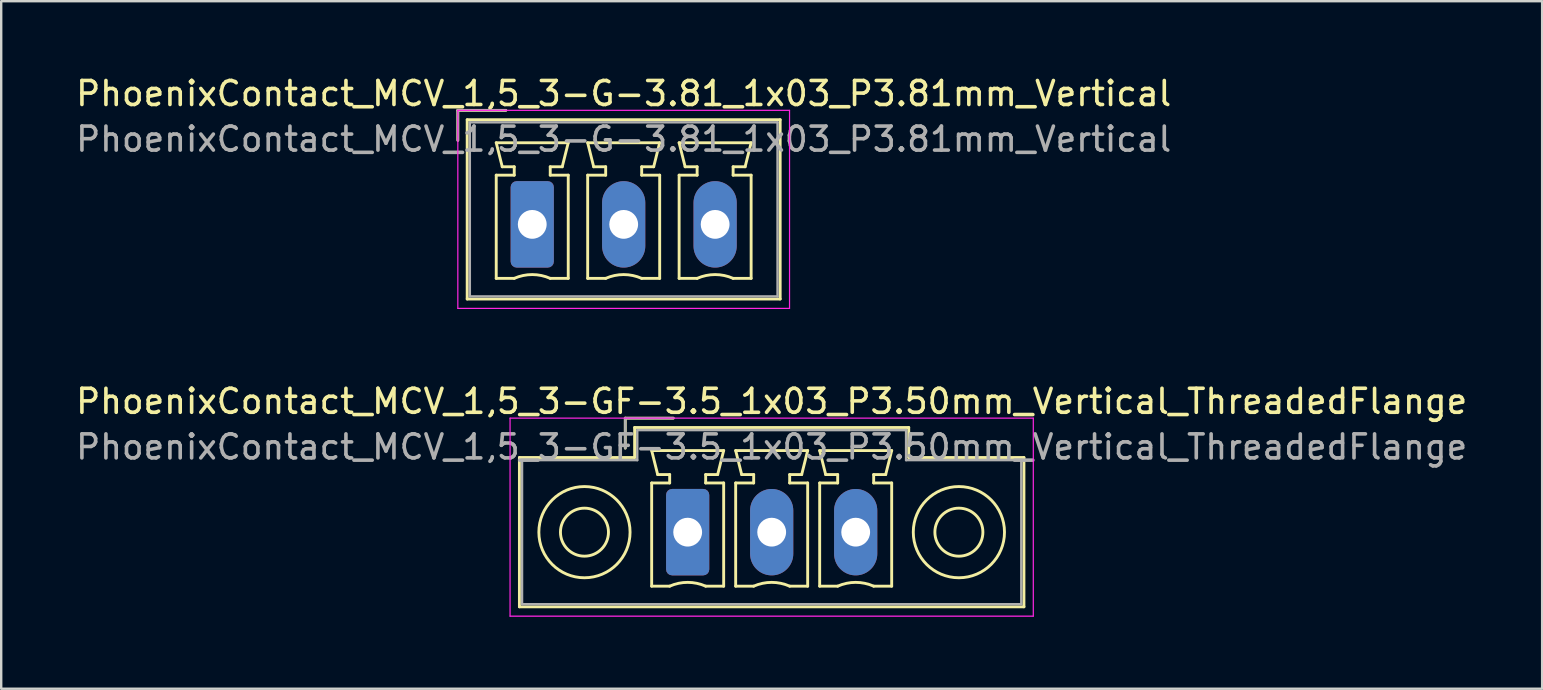
<source format=kicad_pcb>
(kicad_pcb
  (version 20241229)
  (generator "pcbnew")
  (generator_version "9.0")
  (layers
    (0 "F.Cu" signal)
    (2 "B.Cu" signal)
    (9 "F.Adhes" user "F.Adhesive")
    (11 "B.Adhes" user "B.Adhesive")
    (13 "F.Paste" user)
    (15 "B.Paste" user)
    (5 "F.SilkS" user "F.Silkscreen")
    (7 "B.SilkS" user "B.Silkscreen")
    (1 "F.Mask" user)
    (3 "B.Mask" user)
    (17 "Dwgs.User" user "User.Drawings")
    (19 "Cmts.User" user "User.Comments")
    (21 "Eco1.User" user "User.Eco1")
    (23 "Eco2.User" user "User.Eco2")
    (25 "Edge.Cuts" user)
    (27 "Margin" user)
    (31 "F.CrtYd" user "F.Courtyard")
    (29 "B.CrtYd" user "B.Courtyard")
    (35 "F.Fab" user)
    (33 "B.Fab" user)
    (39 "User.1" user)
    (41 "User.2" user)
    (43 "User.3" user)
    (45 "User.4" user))
  (footprint "PhoenixContact_MCV_1,5_3-GF-3.5_1x03_P3.50mm_Vertical_ThreadedFlange"
    (layer "F.Cu")
    (at 25.601 19.122)
    (property "Reference" "PhoenixContact_MCV_1,5_3-GF-3.5_1x03_P3.50mm_Vertical_ThreadedFlange" (at 3.5 -5.45 0) (layer "F.SilkS") (effects (font (size 1 1) (thickness 0.15))))
    (attr through_hole)
    (fp_line (start -7.01 -3.11) (end -7.01 3.11) (stroke (width 0.12) (type solid)) (layer "F.SilkS"))
    (fp_line (start -7.01 3.11) (end 14.01 3.11) (stroke (width 0.12) (type solid)) (layer "F.SilkS"))
    (fp_line (start -2.6 -4.75) (end -0.6 -4.75) (stroke (width 0.12) (type solid)) (layer "F.SilkS"))
    (fp_line (start -2.6 -3.5) (end -2.6 -4.75) (stroke (width 0.12) (type solid)) (layer "F.SilkS"))
    (fp_line (start -2.21 -4.36) (end -2.21 -3.11) (stroke (width 0.12) (type solid)) (layer "F.SilkS"))
    (fp_line (start -2.21 -3.11) (end -7.01 -3.11) (stroke (width 0.12) (type solid)) (layer "F.SilkS"))
    (fp_line (start -1.5 -3.4) (end 1.5 -3.4) (stroke (width 0.12) (type solid)) (layer "F.SilkS"))
    (fp_line (start -1.5 -2.05) (end -0.75 -2.05) (stroke (width 0.12) (type solid)) (layer "F.SilkS"))
    (fp_line (start -1.5 2.25) (end -1.5 -2.05) (stroke (width 0.12) (type solid)) (layer "F.SilkS"))
    (fp_line (start -1.25 -2.4) (end -1.5 -3.4) (stroke (width 0.12) (type solid)) (layer "F.SilkS"))
    (fp_line (start -0.75 -2.4) (end -1.25 -2.4) (stroke (width 0.12) (type solid)) (layer "F.SilkS"))
    (fp_line (start -0.75 -2.05) (end -0.75 -2.4) (stroke (width 0.12) (type solid)) (layer "F.SilkS"))
    (fp_line (start -0.75 2.25) (end -1.5 2.25) (stroke (width 0.12) (type solid)) (layer "F.SilkS"))
    (fp_line (start 0.75 -2.4) (end 0.75 -2.05) (stroke (width 0.12) (type solid)) (layer "F.SilkS"))
    (fp_line (start 0.75 -2.05) (end 1.5 -2.05) (stroke (width 0.12) (type solid)) (layer "F.SilkS"))
    (fp_line (start 1.25 -2.4) (end 0.75 -2.4) (stroke (width 0.12) (type solid)) (layer "F.SilkS"))
    (fp_line (start 1.5 -3.4) (end 1.25 -2.4) (stroke (width 0.12) (type solid)) (layer "F.SilkS"))
    (fp_line (start 1.5 -2.05) (end 1.5 2.25) (stroke (width 0.12) (type solid)) (layer "F.SilkS"))
    (fp_line (start 1.5 2.25) (end 0.75 2.25) (stroke (width 0.12) (type solid)) (layer "F.SilkS"))
    (fp_line (start 2 -3.4) (end 5 -3.4) (stroke (width 0.12) (type solid)) (layer "F.SilkS"))
    (fp_line (start 2 -2.05) (end 2.75 -2.05) (stroke (width 0.12) (type solid)) (layer "F.SilkS"))
    (fp_line (start 2 2.25) (end 2 -2.05) (stroke (width 0.12) (type solid)) (layer "F.SilkS"))
    (fp_line (start 2.25 -2.4) (end 2 -3.4) (stroke (width 0.12) (type solid)) (layer "F.SilkS"))
    (fp_line (start 2.75 -2.4) (end 2.25 -2.4) (stroke (width 0.12) (type solid)) (layer "F.SilkS"))
    (fp_line (start 2.75 -2.05) (end 2.75 -2.4) (stroke (width 0.12) (type solid)) (layer "F.SilkS"))
    (fp_line (start 2.75 2.25) (end 2 2.25) (stroke (width 0.12) (type solid)) (layer "F.SilkS"))
    (fp_line (start 4.25 -2.4) (end 4.25 -2.05) (stroke (width 0.12) (type solid)) (layer "F.SilkS"))
    (fp_line (start 4.25 -2.05) (end 5 -2.05) (stroke (width 0.12) (type solid)) (layer "F.SilkS"))
    (fp_line (start 4.75 -2.4) (end 4.25 -2.4) (stroke (width 0.12) (type solid)) (layer "F.SilkS"))
    (fp_line (start 5 -3.4) (end 4.75 -2.4) (stroke (width 0.12) (type solid)) (layer "F.SilkS"))
    (fp_line (start 5 -2.05) (end 5 2.25) (stroke (width 0.12) (type solid)) (layer "F.SilkS"))
    (fp_line (start 5 2.25) (end 4.25 2.25) (stroke (width 0.12) (type solid)) (layer "F.SilkS"))
    (fp_line (start 5.5 -3.4) (end 8.5 -3.4) (stroke (width 0.12) (type solid)) (layer "F.SilkS"))
    (fp_line (start 5.5 -2.05) (end 6.25 -2.05) (stroke (width 0.12) (type solid)) (layer "F.SilkS"))
    (fp_line (start 5.5 2.25) (end 5.5 -2.05) (stroke (width 0.12) (type solid)) (layer "F.SilkS"))
    (fp_line (start 5.75 -2.4) (end 5.5 -3.4) (stroke (width 0.12) (type solid)) (layer "F.SilkS"))
    (fp_line (start 6.25 -2.4) (end 5.75 -2.4) (stroke (width 0.12) (type solid)) (layer "F.SilkS"))
    (fp_line (start 6.25 -2.05) (end 6.25 -2.4) (stroke (width 0.12) (type solid)) (layer "F.SilkS"))
    (fp_line (start 6.25 2.25) (end 5.5 2.25) (stroke (width 0.12) (type solid)) (layer "F.SilkS"))
    (fp_line (start 7.75 -2.4) (end 7.75 -2.05) (stroke (width 0.12) (type solid)) (layer "F.SilkS"))
    (fp_line (start 7.75 -2.05) (end 8.5 -2.05) (stroke (width 0.12) (type solid)) (layer "F.SilkS"))
    (fp_line (start 8.25 -2.4) (end 7.75 -2.4) (stroke (width 0.12) (type solid)) (layer "F.SilkS"))
    (fp_line (start 8.5 -3.4) (end 8.25 -2.4) (stroke (width 0.12) (type solid)) (layer "F.SilkS"))
    (fp_line (start 8.5 -2.05) (end 8.5 2.25) (stroke (width 0.12) (type solid)) (layer "F.SilkS"))
    (fp_line (start 8.5 2.25) (end 7.75 2.25) (stroke (width 0.12) (type solid)) (layer "F.SilkS"))
    (fp_line (start 9.21 -4.36) (end -2.21 -4.36) (stroke (width 0.12) (type solid)) (layer "F.SilkS"))
    (fp_line (start 9.21 -3.11) (end 9.21 -4.36) (stroke (width 0.12) (type solid)) (layer "F.SilkS"))
    (fp_line (start 14.01 -3.11) (end 9.21 -3.11) (stroke (width 0.12) (type solid)) (layer "F.SilkS"))
    (fp_line (start 14.01 3.11) (end 14.01 -3.11) (stroke (width 0.12) (type solid)) (layer "F.SilkS"))
    (fp_arc (start -0.75 2.25) (mid -0.000193 2.09191) (end 0.749647 2.249844) (stroke (width 0.12) (type solid)) (layer "F.SilkS"))
    (fp_arc (start 2.75 2.25) (mid 3.499807 2.09191) (end 4.249647 2.249844) (stroke (width 0.12) (type solid)) (layer "F.SilkS"))
    (fp_arc (start 6.25 2.25) (mid 6.999807 2.09191) (end 7.749647 2.249844) (stroke (width 0.12) (type solid)) (layer "F.SilkS"))
    (fp_circle (center -4.3 0) (end -3.3 0) (stroke (width 0.12) (type solid)) (fill no) (layer "F.SilkS"))
    (fp_circle (center -4.3 0) (end -2.4 0) (stroke (width 0.12) (type solid)) (fill no) (layer "F.SilkS"))
    (fp_circle (center 11.3 0) (end 12.3 0) (stroke (width 0.12) (type solid)) (fill no) (layer "F.SilkS"))
    (fp_circle (center 11.3 0) (end 13.2 0) (stroke (width 0.12) (type solid)) (fill no) (layer "F.SilkS"))
    (fp_line (start -7.4 -4.75) (end -7.4 3.5) (stroke (width 0.05) (type solid)) (layer "F.CrtYd"))
    (fp_line (start -7.4 3.5) (end 14.4 3.5) (stroke (width 0.05) (type solid)) (layer "F.CrtYd"))
    (fp_line (start 14.4 -4.75) (end -7.4 -4.75) (stroke (width 0.05) (type solid)) (layer "F.CrtYd"))
    (fp_line (start 14.4 3.5) (end 14.4 -4.75) (stroke (width 0.05) (type solid)) (layer "F.CrtYd"))
    (fp_line (start -6.9 -3) (end -6.9 3) (stroke (width 0.1) (type solid)) (layer "F.Fab"))
    (fp_line (start -6.9 3) (end 13.9 3) (stroke (width 0.1) (type solid)) (layer "F.Fab"))
    (fp_line (start -2.6 -4.75) (end -0.6 -4.75) (stroke (width 0.1) (type solid)) (layer "F.Fab"))
    (fp_line (start -2.6 -3.5) (end -2.6 -4.75) (stroke (width 0.1) (type solid)) (layer "F.Fab"))
    (fp_line (start -2.1 -4.25) (end -2.1 -3) (stroke (width 0.1) (type solid)) (layer "F.Fab"))
    (fp_line (start -2.1 -3) (end -6.9 -3) (stroke (width 0.1) (type solid)) (layer "F.Fab"))
    (fp_line (start 9.1 -4.25) (end -2.1 -4.25) (stroke (width 0.1) (type solid)) (layer "F.Fab"))
    (fp_line (start 9.1 -3) (end 9.1 -4.25) (stroke (width 0.1) (type solid)) (layer "F.Fab"))
    (fp_line (start 13.9 -3) (end 9.1 -3) (stroke (width 0.1) (type solid)) (layer "F.Fab"))
    (fp_line (start 13.9 3) (end 13.9 -3) (stroke (width 0.1) (type solid)) (layer "F.Fab"))
    (fp_text user "${REFERENCE}" (at 3.5 -3.55 0) (layer "F.Fab") (effects (font (size 1 1) (thickness 0.15))))
    (pad "1" thru_hole roundrect (at 0 0) (size 1.8 3.6) (drill 1.2) (layers "*.Cu" "*.Mask") (roundrect_rratio 0.139))
    (pad "2" thru_hole oval (at 3.5 0) (size 1.8 3.6) (drill 1.2) (layers "*.Cu" "*.Mask"))
    (pad "3" thru_hole oval (at 7 0) (size 1.8 3.6) (drill 1.2) (layers "*.Cu" "*.Mask")))
  (footprint "PhoenixContact_MCV_1,5_3-G-3.81_1x03_P3.81mm_Vertical"
    (layer "F.Cu")
    (at 19.125 6.298)
    (property "Reference" "PhoenixContact_MCV_1,5_3-G-3.81_1x03_P3.81mm_Vertical" (at 3.81 -5.45 0) (layer "F.SilkS") (effects (font (size 1 1) (thickness 0.15))))
    (attr through_hole)
    (fp_line (start -3.1 -4.75) (end -1.1 -4.75) (stroke (width 0.12) (type solid)) (layer "F.SilkS"))
    (fp_line (start -3.1 -3.5) (end -3.1 -4.75) (stroke (width 0.12) (type solid)) (layer "F.SilkS"))
    (fp_line (start -2.71 -4.36) (end -2.71 3.11) (stroke (width 0.12) (type solid)) (layer "F.SilkS"))
    (fp_line (start -2.71 3.11) (end 10.33 3.11) (stroke (width 0.12) (type solid)) (layer "F.SilkS"))
    (fp_line (start -1.5 -3.4) (end 1.5 -3.4) (stroke (width 0.12) (type solid)) (layer "F.SilkS"))
    (fp_line (start -1.5 -2.05) (end -0.75 -2.05) (stroke (width 0.12) (type solid)) (layer "F.SilkS"))
    (fp_line (start -1.5 2.25) (end -1.5 -2.05) (stroke (width 0.12) (type solid)) (layer "F.SilkS"))
    (fp_line (start -1.25 -2.4) (end -1.5 -3.4) (stroke (width 0.12) (type solid)) (layer "F.SilkS"))
    (fp_line (start -0.75 -2.4) (end -1.25 -2.4) (stroke (width 0.12) (type solid)) (layer "F.SilkS"))
    (fp_line (start -0.75 -2.05) (end -0.75 -2.4) (stroke (width 0.12) (type solid)) (layer "F.SilkS"))
    (fp_line (start -0.75 2.25) (end -1.5 2.25) (stroke (width 0.12) (type solid)) (layer "F.SilkS"))
    (fp_line (start 0.75 -2.4) (end 0.75 -2.05) (stroke (width 0.12) (type solid)) (layer "F.SilkS"))
    (fp_line (start 0.75 -2.05) (end 1.5 -2.05) (stroke (width 0.12) (type solid)) (layer "F.SilkS"))
    (fp_line (start 1.25 -2.4) (end 0.75 -2.4) (stroke (width 0.12) (type solid)) (layer "F.SilkS"))
    (fp_line (start 1.5 -3.4) (end 1.25 -2.4) (stroke (width 0.12) (type solid)) (layer "F.SilkS"))
    (fp_line (start 1.5 -2.05) (end 1.5 2.25) (stroke (width 0.12) (type solid)) (layer "F.SilkS"))
    (fp_line (start 1.5 2.25) (end 0.75 2.25) (stroke (width 0.12) (type solid)) (layer "F.SilkS"))
    (fp_line (start 2.31 -3.4) (end 5.31 -3.4) (stroke (width 0.12) (type solid)) (layer "F.SilkS"))
    (fp_line (start 2.31 -2.05) (end 3.06 -2.05) (stroke (width 0.12) (type solid)) (layer "F.SilkS"))
    (fp_line (start 2.31 2.25) (end 2.31 -2.05) (stroke (width 0.12) (type solid)) (layer "F.SilkS"))
    (fp_line (start 2.56 -2.4) (end 2.31 -3.4) (stroke (width 0.12) (type solid)) (layer "F.SilkS"))
    (fp_line (start 3.06 -2.4) (end 2.56 -2.4) (stroke (width 0.12) (type solid)) (layer "F.SilkS"))
    (fp_line (start 3.06 -2.05) (end 3.06 -2.4) (stroke (width 0.12) (type solid)) (layer "F.SilkS"))
    (fp_line (start 3.06 2.25) (end 2.31 2.25) (stroke (width 0.12) (type solid)) (layer "F.SilkS"))
    (fp_line (start 4.56 -2.4) (end 4.56 -2.05) (stroke (width 0.12) (type solid)) (layer "F.SilkS"))
    (fp_line (start 4.56 -2.05) (end 5.31 -2.05) (stroke (width 0.12) (type solid)) (layer "F.SilkS"))
    (fp_line (start 5.06 -2.4) (end 4.56 -2.4) (stroke (width 0.12) (type solid)) (layer "F.SilkS"))
    (fp_line (start 5.31 -3.4) (end 5.06 -2.4) (stroke (width 0.12) (type solid)) (layer "F.SilkS"))
    (fp_line (start 5.31 -2.05) (end 5.31 2.25) (stroke (width 0.12) (type solid)) (layer "F.SilkS"))
    (fp_line (start 5.31 2.25) (end 4.56 2.25) (stroke (width 0.12) (type solid)) (layer "F.SilkS"))
    (fp_line (start 6.12 -3.4) (end 9.12 -3.4) (stroke (width 0.12) (type solid)) (layer "F.SilkS"))
    (fp_line (start 6.12 -2.05) (end 6.87 -2.05) (stroke (width 0.12) (type solid)) (layer "F.SilkS"))
    (fp_line (start 6.12 2.25) (end 6.12 -2.05) (stroke (width 0.12) (type solid)) (layer "F.SilkS"))
    (fp_line (start 6.37 -2.4) (end 6.12 -3.4) (stroke (width 0.12) (type solid)) (layer "F.SilkS"))
    (fp_line (start 6.87 -2.4) (end 6.37 -2.4) (stroke (width 0.12) (type solid)) (layer "F.SilkS"))
    (fp_line (start 6.87 -2.05) (end 6.87 -2.4) (stroke (width 0.12) (type solid)) (layer "F.SilkS"))
    (fp_line (start 6.87 2.25) (end 6.12 2.25) (stroke (width 0.12) (type solid)) (layer "F.SilkS"))
    (fp_line (start 8.37 -2.4) (end 8.37 -2.05) (stroke (width 0.12) (type solid)) (layer "F.SilkS"))
    (fp_line (start 8.37 -2.05) (end 9.12 -2.05) (stroke (width 0.12) (type solid)) (layer "F.SilkS"))
    (fp_line (start 8.87 -2.4) (end 8.37 -2.4) (stroke (width 0.12) (type solid)) (layer "F.SilkS"))
    (fp_line (start 9.12 -3.4) (end 8.87 -2.4) (stroke (width 0.12) (type solid)) (layer "F.SilkS"))
    (fp_line (start 9.12 -2.05) (end 9.12 2.25) (stroke (width 0.12) (type solid)) (layer "F.SilkS"))
    (fp_line (start 9.12 2.25) (end 8.37 2.25) (stroke (width 0.12) (type solid)) (layer "F.SilkS"))
    (fp_line (start 10.33 -4.36) (end -2.71 -4.36) (stroke (width 0.12) (type solid)) (layer "F.SilkS"))
    (fp_line (start 10.33 3.11) (end 10.33 -4.36) (stroke (width 0.12) (type solid)) (layer "F.SilkS"))
    (fp_arc (start -0.75 2.25) (mid -0.000193 2.09191) (end 0.749647 2.249844) (stroke (width 0.12) (type solid)) (layer "F.SilkS"))
    (fp_arc (start 3.06 2.25) (mid 3.809807 2.09191) (end 4.559647 2.249844) (stroke (width 0.12) (type solid)) (layer "F.SilkS"))
    (fp_arc (start 6.87 2.25) (mid 7.619807 2.09191) (end 8.369647 2.249844) (stroke (width 0.12) (type solid)) (layer "F.SilkS"))
    (fp_line (start -3.1 -4.75) (end -3.1 3.5) (stroke (width 0.05) (type solid)) (layer "F.CrtYd"))
    (fp_line (start -3.1 3.5) (end 10.72 3.5) (stroke (width 0.05) (type solid)) (layer "F.CrtYd"))
    (fp_line (start 10.72 -4.75) (end -3.1 -4.75) (stroke (width 0.05) (type solid)) (layer "F.CrtYd"))
    (fp_line (start 10.72 3.5) (end 10.72 -4.75) (stroke (width 0.05) (type solid)) (layer "F.CrtYd"))
    (fp_line (start -3.1 -4.75) (end -1.1 -4.75) (stroke (width 0.1) (type solid)) (layer "F.Fab"))
    (fp_line (start -3.1 -3.5) (end -3.1 -4.75) (stroke (width 0.1) (type solid)) (layer "F.Fab"))
    (fp_line (start -2.6 -4.25) (end -2.6 3) (stroke (width 0.1) (type solid)) (layer "F.Fab"))
    (fp_line (start -2.6 3) (end 10.22 3) (stroke (width 0.1) (type solid)) (layer "F.Fab"))
    (fp_line (start 10.22 -4.25) (end -2.6 -4.25) (stroke (width 0.1) (type solid)) (layer "F.Fab"))
    (fp_line (start 10.22 3) (end 10.22 -4.25) (stroke (width 0.1) (type solid)) (layer "F.Fab"))
    (fp_text user "${REFERENCE}" (at 3.81 -3.55 0) (layer "F.Fab") (effects (font (size 1 1) (thickness 0.15))))
    (pad "1" thru_hole roundrect (at 0 0) (size 1.8 3.6) (drill 1.2) (layers "*.Cu" "*.Mask") (roundrect_rratio 0.139))
    (pad "2" thru_hole oval (at 3.81 0) (size 1.8 3.6) (drill 1.2) (layers "*.Cu" "*.Mask"))
    (pad "3" thru_hole oval (at 7.62 0) (size 1.8 3.6) (drill 1.2) (layers "*.Cu" "*.Mask")))
  (gr_rect
    (start -3 -3)
    (end 61.202 25.646)
    (stroke (width 0.1) (type default))
    (fill no)
    (layer "Edge.Cuts")))
</source>
